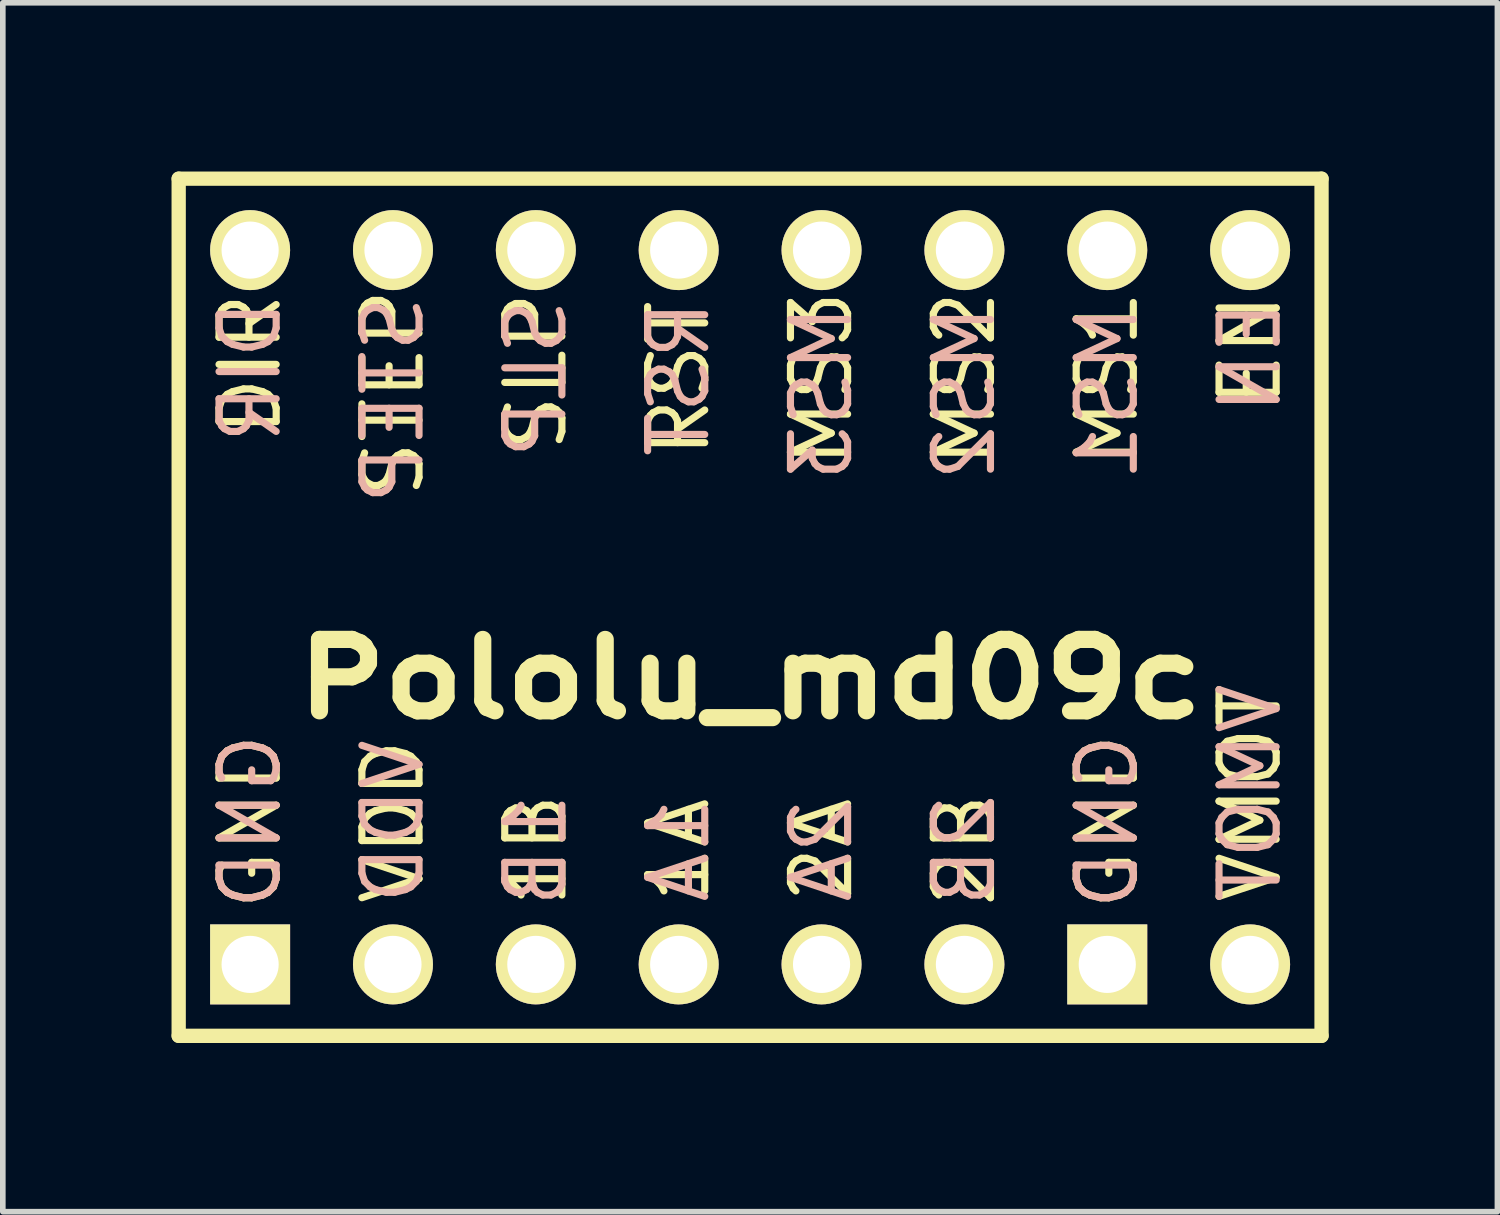
<source format=kicad_pcb>
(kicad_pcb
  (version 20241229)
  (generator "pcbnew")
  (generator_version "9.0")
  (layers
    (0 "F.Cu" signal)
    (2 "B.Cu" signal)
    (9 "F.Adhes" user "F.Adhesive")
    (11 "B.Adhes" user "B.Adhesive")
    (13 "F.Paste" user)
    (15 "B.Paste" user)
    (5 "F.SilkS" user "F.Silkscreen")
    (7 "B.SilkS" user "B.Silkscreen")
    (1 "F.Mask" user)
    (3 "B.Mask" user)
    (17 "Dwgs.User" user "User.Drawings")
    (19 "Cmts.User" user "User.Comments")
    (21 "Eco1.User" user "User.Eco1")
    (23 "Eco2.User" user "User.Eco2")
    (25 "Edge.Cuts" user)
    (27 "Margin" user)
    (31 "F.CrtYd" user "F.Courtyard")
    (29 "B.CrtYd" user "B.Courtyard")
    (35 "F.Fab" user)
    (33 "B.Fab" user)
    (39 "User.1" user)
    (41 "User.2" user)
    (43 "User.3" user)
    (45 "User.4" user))
  (footprint "Pololu_md09c"
    (layer "F.Cu")
    (at 10.287 7.747)
    (property "Reference" "Pololu_md09c" (at 0 1.27 0) (layer "F.SilkS") (effects (font (size 1.27 1.524) (thickness 0.305))))
    (attr through_hole)
    (fp_line (start -10.16 -7.62) (end 10.16 -7.62) (stroke (width 0.254) (type solid)) (layer "F.SilkS"))
    (fp_line (start -10.16 7.62) (end -10.16 -7.62) (stroke (width 0.254) (type solid)) (layer "F.SilkS"))
    (fp_line (start 10.16 -7.62) (end 10.16 7.62) (stroke (width 0.254) (type solid)) (layer "F.SilkS"))
    (fp_line (start 10.16 7.62) (end -10.16 7.62) (stroke (width 0.254) (type solid)) (layer "F.SilkS"))
    (fp_text user "RST" (at -1.27 -4.064 90) (layer "F.SilkS") (effects (font (size 1.016 1.016) (thickness 0.127))))
    (fp_text user "GND" (at 6.35 3.81 90) (layer "F.SilkS") (effects (font (size 1.016 1.016) (thickness 0.127))))
    (fp_text user "SLP" (at -3.81 -4.191 90) (layer "F.SilkS") (effects (font (size 1.016 1.016) (thickness 0.127))))
    (fp_text user "MS3" (at 1.27 -4.064 90) (layer "F.SilkS") (effects (font (size 1.016 1.016) (thickness 0.127))))
    (fp_text user "EN" (at 8.89 -4.572 90) (layer "F.SilkS") (effects (font (size 1.016 1.016) (thickness 0.127))))
    (fp_text user "1A" (at -1.27 4.318 90) (layer "F.SilkS") (effects (font (size 1.016 1.016) (thickness 0.127))))
    (fp_text user "1B" (at -3.81 4.318 90) (layer "F.SilkS") (effects (font (size 1.016 1.016) (thickness 0.127))))
    (fp_text user "GND" (at -8.89 3.81 90) (layer "F.SilkS") (effects (font (size 1.016 1.016) (thickness 0.127))))
    (fp_text user "STEP" (at -6.35 -3.81 90) (layer "F.SilkS") (effects (font (size 1.016 1.016) (thickness 0.127))))
    (fp_text user "VMOT" (at 8.89 3.302 90) (layer "F.SilkS") (effects (font (size 1.016 1.016) (thickness 0.127))))
    (fp_text user "DIR" (at -8.89 -4.318 90) (layer "F.SilkS") (effects (font (size 1.016 1.016) (thickness 0.127))))
    (fp_text user "2B" (at 3.81 4.318 90) (layer "F.SilkS") (effects (font (size 1.016 1.016) (thickness 0.127))))
    (fp_text user "2A" (at 1.27 4.318 90) (layer "F.SilkS") (effects (font (size 1.016 1.016) (thickness 0.127))))
    (fp_text user "VDD" (at -6.35 3.81 90) (layer "F.SilkS") (effects (font (size 1.016 1.016) (thickness 0.127))))
    (fp_text user "MS1" (at 6.35 -4.064 90) (layer "F.SilkS") (effects (font (size 1.016 1.016) (thickness 0.127))))
    (fp_text user "MS2" (at 3.81 -4.064 90) (layer "F.SilkS") (effects (font (size 1.016 1.016) (thickness 0.127))))
    (fp_text user "VDD" (at -6.35 3.81 90) (layer "B.SilkS") (effects (font (size 1.016 1.016) (thickness 0.127)) (justify mirror)))
    (fp_text user "GND" (at 6.35 3.81 90) (layer "B.SilkS") (effects (font (size 1.016 1.016) (thickness 0.127)) (justify mirror)))
    (fp_text user "MS2" (at 3.81 -3.81 90) (layer "B.SilkS") (effects (font (size 1.016 1.016) (thickness 0.127)) (justify mirror)))
    (fp_text user "2B" (at 3.81 4.318 90) (layer "B.SilkS") (effects (font (size 1.016 1.016) (thickness 0.127)) (justify mirror)))
    (fp_text user "STEP" (at -6.35 -3.683 90) (layer "B.SilkS") (effects (font (size 1.016 1.016) (thickness 0.127)) (justify mirror)))
    (fp_text user "DIR" (at -8.89 -4.191 90) (layer "B.SilkS") (effects (font (size 1.016 1.016) (thickness 0.127)) (justify mirror)))
    (fp_text user "MS3" (at 1.27 -3.81 90) (layer "B.SilkS") (effects (font (size 1.016 1.016) (thickness 0.127)) (justify mirror)))
    (fp_text user "2A" (at 1.27 4.318 90) (layer "B.SilkS") (effects (font (size 1.016 1.016) (thickness 0.127)) (justify mirror)))
    (fp_text user "VMOT" (at 8.89 3.302 90) (layer "B.SilkS") (effects (font (size 1.016 1.016) (thickness 0.127)) (justify mirror)))
    (fp_text user "RST" (at -1.27 -4.064 90) (layer "B.SilkS") (effects (font (size 1.016 1.016) (thickness 0.127)) (justify mirror)))
    (fp_text user "1A" (at -1.27 4.318 90) (layer "B.SilkS") (effects (font (size 1.016 1.016) (thickness 0.127)) (justify mirror)))
    (fp_text user "GND" (at -8.89 3.81 90) (layer "B.SilkS") (effects (font (size 1.016 1.016) (thickness 0.127)) (justify mirror)))
    (fp_text user "1B" (at -3.81 4.318 90) (layer "B.SilkS") (effects (font (size 1.016 1.016) (thickness 0.127)) (justify mirror)))
    (fp_text user "SLP" (at -3.81 -4.064 90) (layer "B.SilkS") (effects (font (size 1.016 1.016) (thickness 0.127)) (justify mirror)))
    (fp_text user "EN" (at 8.89 -4.445 90) (layer "B.SilkS") (effects (font (size 1.016 1.016) (thickness 0.127)) (justify mirror)))
    (fp_text user "MS1" (at 6.35 -3.81 90) (layer "B.SilkS") (effects (font (size 1.016 1.016) (thickness 0.127)) (justify mirror)))
    (pad "1" thru_hole rect (at -8.89 6.35) (size 1.422 1.422) (drill 1.016) (layers "*.Cu" "*.Mask" "F.SilkS"))
    (pad "2" thru_hole circle (at -6.35 6.35) (size 1.422 1.422) (drill 1.016) (layers "*.Cu" "*.Mask" "F.SilkS"))
    (pad "3" thru_hole circle (at -3.81 6.35) (size 1.422 1.422) (drill 1.016) (layers "*.Cu" "*.Mask" "F.SilkS"))
    (pad "4" thru_hole circle (at -1.27 6.35) (size 1.422 1.422) (drill 1.016) (layers "*.Cu" "*.Mask" "F.SilkS"))
    (pad "5" thru_hole circle (at 1.27 6.35) (size 1.422 1.422) (drill 1.016) (layers "*.Cu" "*.Mask" "F.SilkS"))
    (pad "6" thru_hole circle (at 3.81 6.35) (size 1.422 1.422) (drill 1.016) (layers "*.Cu" "*.Mask" "F.SilkS"))
    (pad "7" thru_hole rect (at 6.35 6.35) (size 1.422 1.422) (drill 1.016) (layers "*.Cu" "*.Mask" "F.SilkS"))
    (pad "8" thru_hole circle (at 8.89 6.35) (size 1.422 1.422) (drill 1.016) (layers "*.Cu" "*.Mask" "F.SilkS"))
    (pad "9" thru_hole circle (at 8.89 -6.35) (size 1.422 1.422) (drill 1.016) (layers "*.Cu" "*.Mask" "F.SilkS"))
    (pad "10" thru_hole circle (at 6.35 -6.35) (size 1.422 1.422) (drill 1.016) (layers "*.Cu" "*.Mask" "F.SilkS"))
    (pad "11" thru_hole circle (at 3.81 -6.35) (size 1.422 1.422) (drill 1.016) (layers "*.Cu" "*.Mask" "F.SilkS"))
    (pad "12" thru_hole circle (at 1.27 -6.35) (size 1.422 1.422) (drill 1.016) (layers "*.Cu" "*.Mask" "F.SilkS"))
    (pad "13" thru_hole circle (at -1.27 -6.35) (size 1.422 1.422) (drill 1.016) (layers "*.Cu" "*.Mask" "F.SilkS"))
    (pad "14" thru_hole circle (at -3.81 -6.35) (size 1.422 1.422) (drill 1.016) (layers "*.Cu" "*.Mask" "F.SilkS"))
    (pad "15" thru_hole circle (at -6.35 -6.35) (size 1.422 1.422) (drill 1.016) (layers "*.Cu" "*.Mask" "F.SilkS"))
    (pad "16" thru_hole circle (at -8.89 -6.35) (size 1.422 1.422) (drill 1.016) (layers "*.Cu" "*.Mask" "F.SilkS")))
  (gr_rect
    (start -3 -3)
    (end 23.574 18.494)
    (stroke (width 0.1) (type default))
    (fill no)
    (layer "Edge.Cuts")))
</source>
